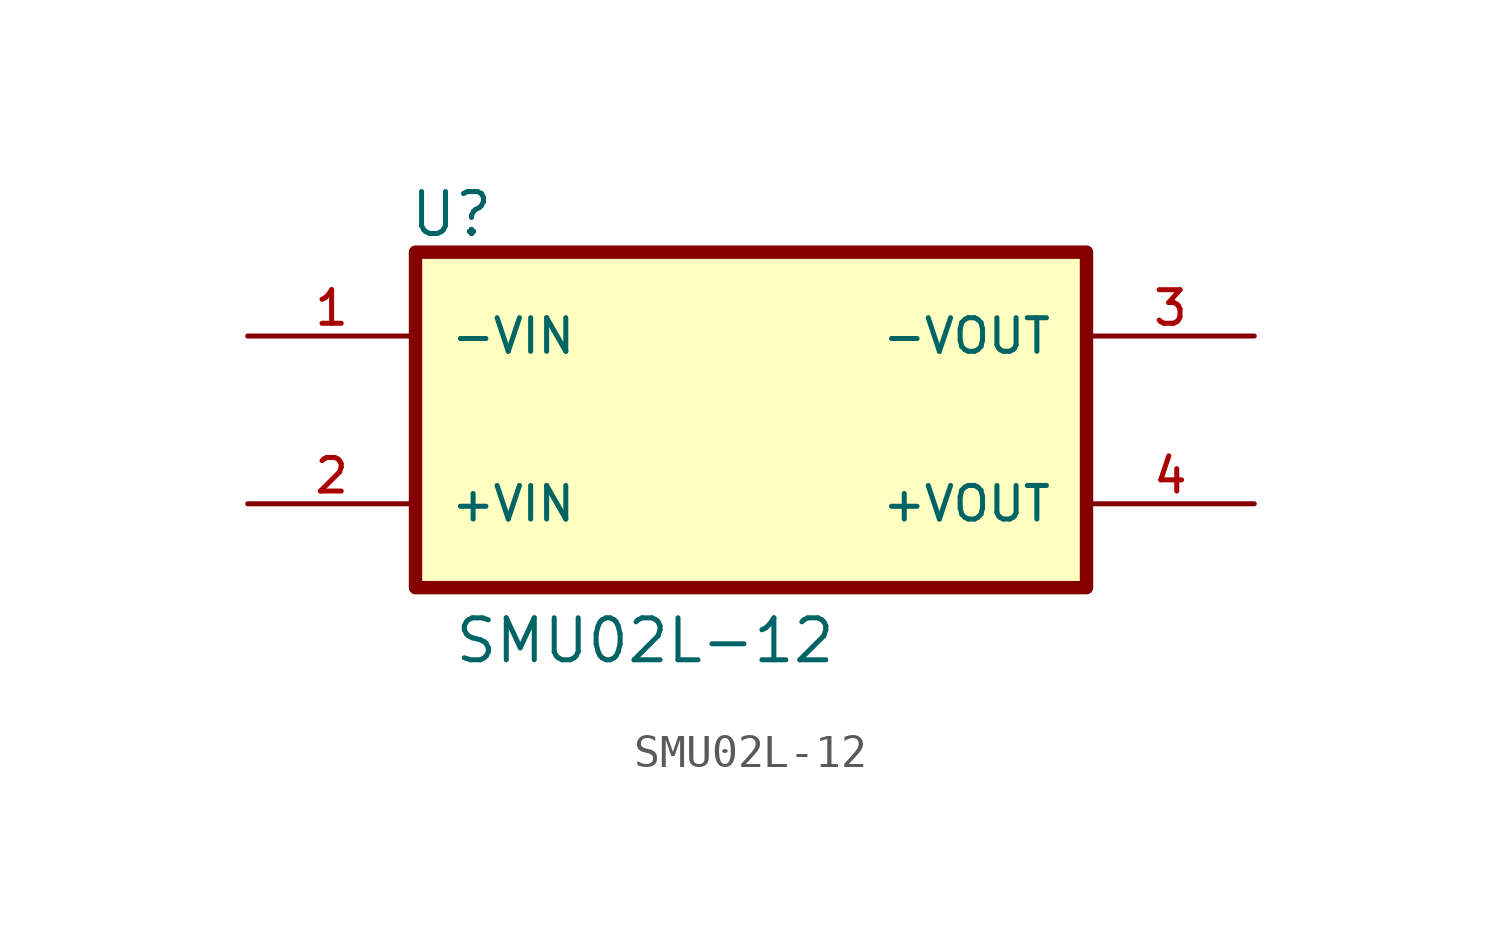
<source format=kicad_sym>
(kicad_symbol_lib
  (version 20211014)
  (generator kicad_symbol_editor)
  (symbol "SMU02L-12"
    (pin_names
      (offset 1.016))
    (property "Reference" "U"
      (at -10.379 5.482 0.0)
      (effects (font (size 1.27 1.27)) (justify bottom left)))
    (property "Value" "SMU02L-12"
      (at -9.023 -7.427 0.0)
      (effects (font (size 1.27 1.27)) (justify bottom left)))
    (symbol "SMU02L-12_0_0"
      (rectangle (start -10.16 -5.08) (end 10.16 5.08) (stroke (width 0.406)) (fill (type background)))
      (pin input line (at -15.24 -2.54 0) (length 5.08) (name "+VIN" (effects (font (size 1.016 1.016)))) (number "2" (effects (font (size 1.016 1.016)))))
      (pin input line (at -15.24 2.54 0) (length 5.08) (name "-VIN" (effects (font (size 1.016 1.016)))) (number "1" (effects (font (size 1.016 1.016)))))
      (pin output line (at 15.24 2.54 180.0) (length 5.08) (name "-VOUT" (effects (font (size 1.016 1.016)))) (number "3" (effects (font (size 1.016 1.016)))))
      (pin output line (at 15.24 -2.54 180.0) (length 5.08) (name "+VOUT" (effects (font (size 1.016 1.016)))) (number "4" (effects (font (size 1.016 1.016))))))))
</source>
